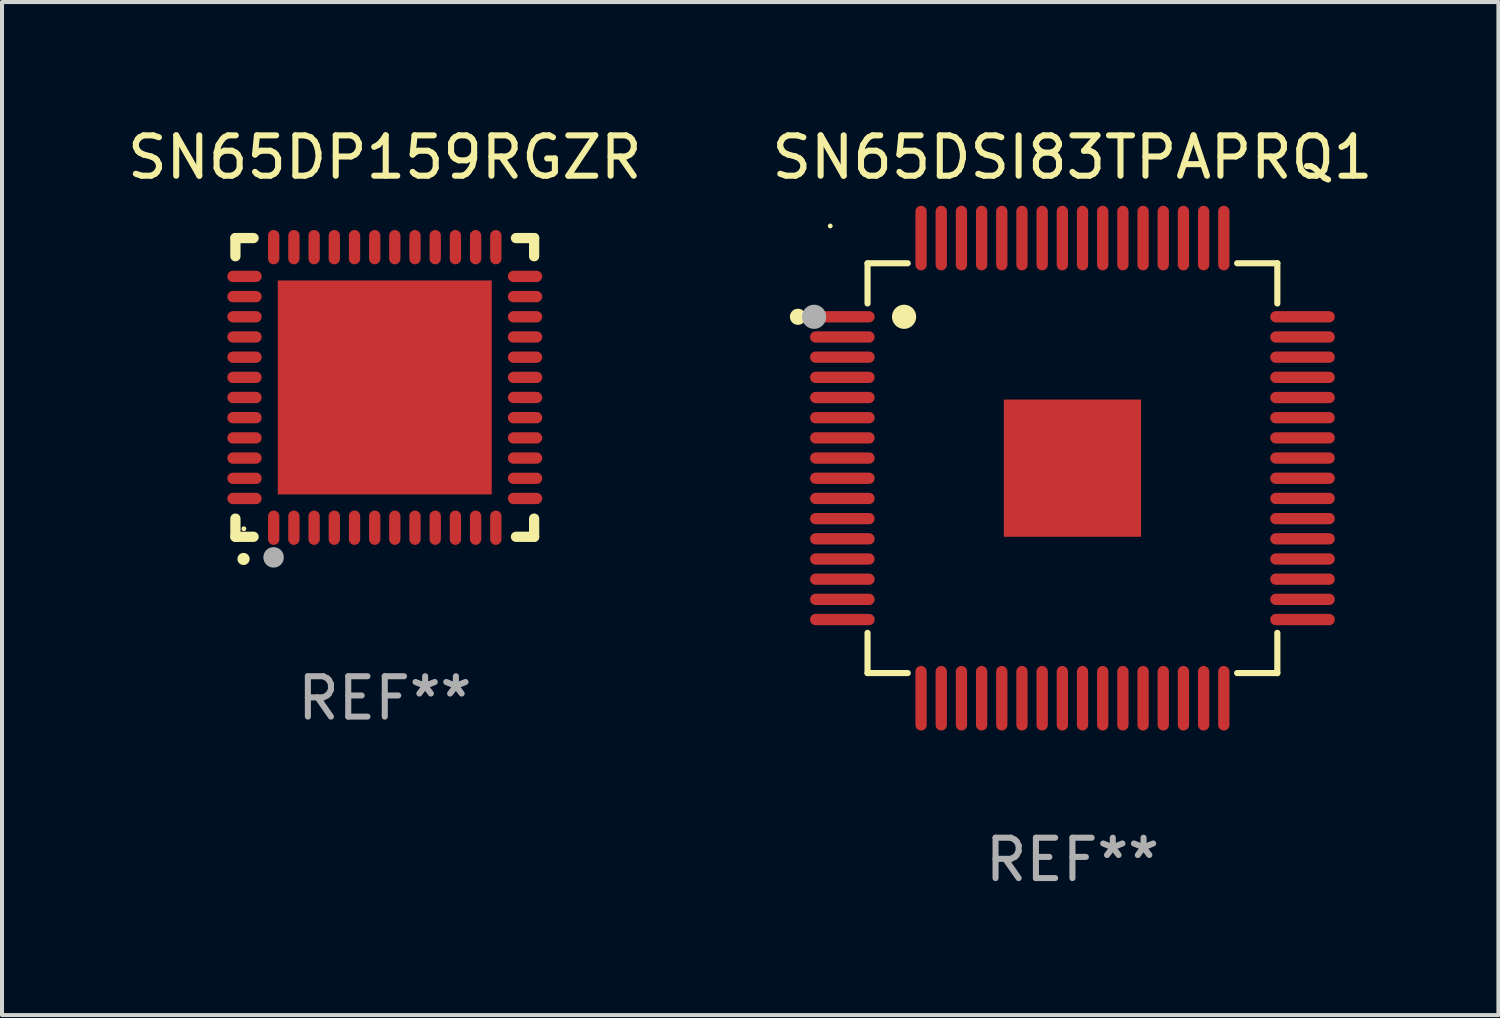
<source format=kicad_pcb>
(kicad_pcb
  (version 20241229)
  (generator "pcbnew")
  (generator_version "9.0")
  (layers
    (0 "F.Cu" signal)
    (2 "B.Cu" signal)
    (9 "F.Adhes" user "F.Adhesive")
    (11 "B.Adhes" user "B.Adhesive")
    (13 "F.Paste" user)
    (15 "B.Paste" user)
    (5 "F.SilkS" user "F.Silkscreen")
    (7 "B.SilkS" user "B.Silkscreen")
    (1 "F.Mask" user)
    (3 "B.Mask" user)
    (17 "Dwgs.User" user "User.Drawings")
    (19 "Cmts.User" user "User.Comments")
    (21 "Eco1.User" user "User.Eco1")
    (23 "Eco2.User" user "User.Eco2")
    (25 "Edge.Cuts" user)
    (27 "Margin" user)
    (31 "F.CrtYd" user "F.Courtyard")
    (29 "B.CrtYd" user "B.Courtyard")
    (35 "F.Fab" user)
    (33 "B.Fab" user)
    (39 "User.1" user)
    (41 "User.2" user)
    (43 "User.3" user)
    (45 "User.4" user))
  (footprint "SN65DP159RGZR"
    (layer "F.Cu")
    (at 6.482 6.548)
    (property "Reference" "SN65DP159RGZR" (at 0 -5.7 0) (layer "F.SilkS") (effects (font (size 1 1) (thickness 0.15))))
    (attr through_hole)
    (fp_line (start -3.7 -3.7) (end -3.25 -3.7) (stroke (width 0.254) (type solid)) (layer "F.SilkS"))
    (fp_line (start -3.7 -3.25) (end -3.7 -3.7) (stroke (width 0.254) (type solid)) (layer "F.SilkS"))
    (fp_line (start -3.7 3.7) (end -3.7 3.25) (stroke (width 0.254) (type solid)) (layer "F.SilkS"))
    (fp_line (start -3.25 3.7) (end -3.7 3.7) (stroke (width 0.254) (type solid)) (layer "F.SilkS"))
    (fp_line (start 3.25 3.7) (end 3.7 3.7) (stroke (width 0.254) (type solid)) (layer "F.SilkS"))
    (fp_line (start 3.7 -3.7) (end 3.25 -3.7) (stroke (width 0.254) (type solid)) (layer "F.SilkS"))
    (fp_line (start 3.7 -3.25) (end 3.7 -3.7) (stroke (width 0.254) (type solid)) (layer "F.SilkS"))
    (fp_line (start 3.7 3.7) (end 3.7 3.25) (stroke (width 0.254) (type solid)) (layer "F.SilkS"))
    (fp_arc (start -3.500127 4.249428) (mid -3.498857 4.249423) (end -3.497587 4.249428) (stroke (width 0.3) (type solid)) (layer "F.SilkS"))
    (fp_circle (center -3.491 3.501) (end -3.461 3.501) (stroke (width 0.06) (type solid)) (fill no) (layer "F.SilkS"))
    (fp_circle (center -2.754 4.21) (end -2.627 4.21) (stroke (width 0.254) (type solid)) (fill no) (layer "F.Fab"))
    (fp_text user "REF**" (at 0 7.7 0) (layer "F.Fab") (effects (font (size 1 1) (thickness 0.15))))
    (pad "1" smd oval (at -2.751 3.475) (size 0.28 0.85) (layers "F.Cu" "F.Mask" "F.Paste"))
    (pad "2" smd oval (at -2.251 3.475) (size 0.28 0.85) (layers "F.Cu" "F.Mask" "F.Paste"))
    (pad "3" smd oval (at -1.75 3.475) (size 0.28 0.85) (layers "F.Cu" "F.Mask" "F.Paste"))
    (pad "4" smd oval (at -1.25 3.475) (size 0.28 0.85) (layers "F.Cu" "F.Mask" "F.Paste"))
    (pad "5" smd oval (at -0.749 3.475) (size 0.28 0.85) (layers "F.Cu" "F.Mask" "F.Paste"))
    (pad "6" smd oval (at -0.249 3.475) (size 0.28 0.85) (layers "F.Cu" "F.Mask" "F.Paste"))
    (pad "7" smd oval (at 0.249 3.475) (size 0.28 0.85) (layers "F.Cu" "F.Mask" "F.Paste"))
    (pad "8" smd oval (at 0.749 3.475) (size 0.28 0.85) (layers "F.Cu" "F.Mask" "F.Paste"))
    (pad "9" smd oval (at 1.25 3.475) (size 0.28 0.85) (layers "F.Cu" "F.Mask" "F.Paste"))
    (pad "10" smd oval (at 1.75 3.475) (size 0.28 0.85) (layers "F.Cu" "F.Mask" "F.Paste"))
    (pad "11" smd oval (at 2.25 3.475) (size 0.28 0.85) (layers "F.Cu" "F.Mask" "F.Paste"))
    (pad "12" smd oval (at 2.751 3.475) (size 0.28 0.85) (layers "F.Cu" "F.Mask" "F.Paste"))
    (pad "13" smd oval (at 3.475 2.751) (size 0.85 0.28) (layers "F.Cu" "F.Mask" "F.Paste"))
    (pad "14" smd oval (at 3.475 2.251) (size 0.85 0.28) (layers "F.Cu" "F.Mask" "F.Paste"))
    (pad "15" smd oval (at 3.475 1.75) (size 0.85 0.28) (layers "F.Cu" "F.Mask" "F.Paste"))
    (pad "16" smd oval (at 3.475 1.25) (size 0.85 0.28) (layers "F.Cu" "F.Mask" "F.Paste"))
    (pad "17" smd oval (at 3.475 0.749) (size 0.85 0.28) (layers "F.Cu" "F.Mask" "F.Paste"))
    (pad "18" smd oval (at 3.475 0.249) (size 0.85 0.28) (layers "F.Cu" "F.Mask" "F.Paste"))
    (pad "19" smd oval (at 3.475 -0.249) (size 0.85 0.28) (layers "F.Cu" "F.Mask" "F.Paste"))
    (pad "20" smd oval (at 3.475 -0.749) (size 0.85 0.28) (layers "F.Cu" "F.Mask" "F.Paste"))
    (pad "21" smd oval (at 3.475 -1.25) (size 0.85 0.28) (layers "F.Cu" "F.Mask" "F.Paste"))
    (pad "22" smd oval (at 3.475 -1.75) (size 0.85 0.28) (layers "F.Cu" "F.Mask" "F.Paste"))
    (pad "23" smd oval (at 3.475 -2.25) (size 0.85 0.28) (layers "F.Cu" "F.Mask" "F.Paste"))
    (pad "24" smd oval (at 3.475 -2.751) (size 0.85 0.28) (layers "F.Cu" "F.Mask" "F.Paste"))
    (pad "25" smd oval (at 2.751 -3.475) (size 0.28 0.85) (layers "F.Cu" "F.Mask" "F.Paste"))
    (pad "26" smd oval (at 2.25 -3.475) (size 0.28 0.85) (layers "F.Cu" "F.Mask" "F.Paste"))
    (pad "27" smd oval (at 1.75 -3.475) (size 0.28 0.85) (layers "F.Cu" "F.Mask" "F.Paste"))
    (pad "28" smd oval (at 1.25 -3.475) (size 0.28 0.85) (layers "F.Cu" "F.Mask" "F.Paste"))
    (pad "29" smd oval (at 0.749 -3.475) (size 0.28 0.85) (layers "F.Cu" "F.Mask" "F.Paste"))
    (pad "30" smd oval (at 0.249 -3.475) (size 0.28 0.85) (layers "F.Cu" "F.Mask" "F.Paste"))
    (pad "31" smd oval (at -0.249 -3.475) (size 0.28 0.85) (layers "F.Cu" "F.Mask" "F.Paste"))
    (pad "32" smd oval (at -0.749 -3.475) (size 0.28 0.85) (layers "F.Cu" "F.Mask" "F.Paste"))
    (pad "33" smd oval (at -1.25 -3.475) (size 0.28 0.85) (layers "F.Cu" "F.Mask" "F.Paste"))
    (pad "34" smd oval (at -1.75 -3.475) (size 0.28 0.85) (layers "F.Cu" "F.Mask" "F.Paste"))
    (pad "35" smd oval (at -2.251 -3.475) (size 0.28 0.85) (layers "F.Cu" "F.Mask" "F.Paste"))
    (pad "36" smd oval (at -2.751 -3.475) (size 0.28 0.85) (layers "F.Cu" "F.Mask" "F.Paste"))
    (pad "37" smd oval (at -3.475 -2.751) (size 0.85 0.28) (layers "F.Cu" "F.Mask" "F.Paste"))
    (pad "38" smd oval (at -3.475 -2.25) (size 0.85 0.28) (layers "F.Cu" "F.Mask" "F.Paste"))
    (pad "39" smd oval (at -3.475 -1.75) (size 0.85 0.28) (layers "F.Cu" "F.Mask" "F.Paste"))
    (pad "40" smd oval (at -3.475 -1.25) (size 0.85 0.28) (layers "F.Cu" "F.Mask" "F.Paste"))
    (pad "41" smd oval (at -3.475 -0.749) (size 0.85 0.28) (layers "F.Cu" "F.Mask" "F.Paste"))
    (pad "42" smd oval (at -3.475 -0.249) (size 0.85 0.28) (layers "F.Cu" "F.Mask" "F.Paste"))
    (pad "43" smd oval (at -3.475 0.249) (size 0.85 0.28) (layers "F.Cu" "F.Mask" "F.Paste"))
    (pad "44" smd oval (at -3.475 0.749) (size 0.85 0.28) (layers "F.Cu" "F.Mask" "F.Paste"))
    (pad "45" smd oval (at -3.475 1.25) (size 0.85 0.28) (layers "F.Cu" "F.Mask" "F.Paste"))
    (pad "46" smd oval (at -3.475 1.75) (size 0.85 0.28) (layers "F.Cu" "F.Mask" "F.Paste"))
    (pad "47" smd oval (at -3.475 2.251) (size 0.85 0.28) (layers "F.Cu" "F.Mask" "F.Paste"))
    (pad "48" smd oval (at -3.475 2.751) (size 0.85 0.28) (layers "F.Cu" "F.Mask" "F.Paste"))
    (pad "49" smd rect (at -0.000102 0.000102) (size 5.3 5.3) (layers "F.Cu" "F.Mask" "F.Paste")))
  (footprint "SN65DSI83TPAPRQ1"
    (layer "F.Cu")
    (at 23.518 8.548)
    (property "Reference" "SN65DSI83TPAPRQ1" (at 0 -7.7 0) (layer "F.SilkS") (effects (font (size 1 1) (thickness 0.15))))
    (attr through_hole)
    (fp_line (start -5.076 -5.076) (end -5.076 -4.08) (stroke (width 0.152) (type solid)) (layer "F.SilkS"))
    (fp_line (start -5.076 5.076) (end -5.076 4.08) (stroke (width 0.152) (type solid)) (layer "F.SilkS"))
    (fp_line (start -4.08 -5.076) (end -5.076 -5.076) (stroke (width 0.152) (type solid)) (layer "F.SilkS"))
    (fp_line (start -4.08 5.076) (end -5.076 5.076) (stroke (width 0.152) (type solid)) (layer "F.SilkS"))
    (fp_line (start 4.08 -5.076) (end 5.076 -5.076) (stroke (width 0.152) (type solid)) (layer "F.SilkS"))
    (fp_line (start 4.08 5.076) (end 5.076 5.076) (stroke (width 0.152) (type solid)) (layer "F.SilkS"))
    (fp_line (start 5.076 -5.076) (end 5.076 -4.08) (stroke (width 0.152) (type solid)) (layer "F.SilkS"))
    (fp_line (start 5.076 5.076) (end 5.076 4.08) (stroke (width 0.152) (type solid)) (layer "F.SilkS"))
    (fp_circle (center -6.8 -3.75) (end -6.7 -3.75) (stroke (width 0.2) (type solid)) (fill no) (layer "F.SilkS"))
    (fp_circle (center -6 -6) (end -5.97 -6) (stroke (width 0.06) (type solid)) (fill no) (layer "F.SilkS"))
    (fp_circle (center -4.171 -3.75) (end -4.021 -3.75) (stroke (width 0.3) (type solid)) (fill no) (layer "F.SilkS"))
    (fp_circle (center -6.4 -3.75) (end -6.25 -3.75) (stroke (width 0.3) (type solid)) (fill no) (layer "F.Fab"))
    (fp_text user "REF**" (at 0 9.7 0) (layer "F.Fab") (effects (font (size 1 1) (thickness 0.15))))
    (pad "1" smd oval (at -5.7 -3.75 270) (size 0.28 1.6) (layers "F.Cu" "F.Mask" "F.Paste"))
    (pad "2" smd oval (at -5.7 -3.25 270) (size 0.28 1.6) (layers "F.Cu" "F.Mask" "F.Paste"))
    (pad "3" smd oval (at -5.7 -2.75 270) (size 0.28 1.6) (layers "F.Cu" "F.Mask" "F.Paste"))
    (pad "4" smd oval (at -5.7 -2.25 270) (size 0.28 1.6) (layers "F.Cu" "F.Mask" "F.Paste"))
    (pad "5" smd oval (at -5.7 -1.75 270) (size 0.28 1.6) (layers "F.Cu" "F.Mask" "F.Paste"))
    (pad "6" smd oval (at -5.7 -1.25 270) (size 0.28 1.6) (layers "F.Cu" "F.Mask" "F.Paste"))
    (pad "7" smd oval (at -5.7 -0.75 270) (size 0.28 1.6) (layers "F.Cu" "F.Mask" "F.Paste"))
    (pad "8" smd oval (at -5.7 -0.25 270) (size 0.28 1.6) (layers "F.Cu" "F.Mask" "F.Paste"))
    (pad "9" smd oval (at -5.7 0.25 270) (size 0.28 1.6) (layers "F.Cu" "F.Mask" "F.Paste"))
    (pad "10" smd oval (at -5.7 0.75 270) (size 0.28 1.6) (layers "F.Cu" "F.Mask" "F.Paste"))
    (pad "11" smd oval (at -5.7 1.25 270) (size 0.28 1.6) (layers "F.Cu" "F.Mask" "F.Paste"))
    (pad "12" smd oval (at -5.7 1.75 270) (size 0.28 1.6) (layers "F.Cu" "F.Mask" "F.Paste"))
    (pad "13" smd oval (at -5.7 2.25 270) (size 0.28 1.6) (layers "F.Cu" "F.Mask" "F.Paste"))
    (pad "14" smd oval (at -5.7 2.75 270) (size 0.28 1.6) (layers "F.Cu" "F.Mask" "F.Paste"))
    (pad "15" smd oval (at -5.7 3.25 270) (size 0.28 1.6) (layers "F.Cu" "F.Mask" "F.Paste"))
    (pad "16" smd oval (at -5.7 3.75 270) (size 0.28 1.6) (layers "F.Cu" "F.Mask" "F.Paste"))
    (pad "17" smd oval (at -3.75 5.7 270) (size 1.6 0.28) (layers "F.Cu" "F.Mask" "F.Paste"))
    (pad "18" smd oval (at -3.25 5.7 270) (size 1.6 0.28) (layers "F.Cu" "F.Mask" "F.Paste"))
    (pad "19" smd oval (at -2.75 5.7 270) (size 1.6 0.28) (layers "F.Cu" "F.Mask" "F.Paste"))
    (pad "20" smd oval (at -2.25 5.7 270) (size 1.6 0.28) (layers "F.Cu" "F.Mask" "F.Paste"))
    (pad "21" smd oval (at -1.75 5.7 270) (size 1.6 0.28) (layers "F.Cu" "F.Mask" "F.Paste"))
    (pad "22" smd oval (at -1.25 5.7 270) (size 1.6 0.28) (layers "F.Cu" "F.Mask" "F.Paste"))
    (pad "23" smd oval (at -0.75 5.7 270) (size 1.6 0.28) (layers "F.Cu" "F.Mask" "F.Paste"))
    (pad "24" smd oval (at -0.25 5.7 270) (size 1.6 0.28) (layers "F.Cu" "F.Mask" "F.Paste"))
    (pad "25" smd oval (at 0.25 5.7 270) (size 1.6 0.28) (layers "F.Cu" "F.Mask" "F.Paste"))
    (pad "26" smd oval (at 0.75 5.7 270) (size 1.6 0.28) (layers "F.Cu" "F.Mask" "F.Paste"))
    (pad "27" smd oval (at 1.25 5.7 270) (size 1.6 0.28) (layers "F.Cu" "F.Mask" "F.Paste"))
    (pad "28" smd oval (at 1.75 5.7 270) (size 1.6 0.28) (layers "F.Cu" "F.Mask" "F.Paste"))
    (pad "29" smd oval (at 2.25 5.7 270) (size 1.6 0.28) (layers "F.Cu" "F.Mask" "F.Paste"))
    (pad "30" smd oval (at 2.75 5.7 270) (size 1.6 0.28) (layers "F.Cu" "F.Mask" "F.Paste"))
    (pad "31" smd oval (at 3.25 5.7 270) (size 1.6 0.28) (layers "F.Cu" "F.Mask" "F.Paste"))
    (pad "32" smd oval (at 3.75 5.7 270) (size 1.6 0.28) (layers "F.Cu" "F.Mask" "F.Paste"))
    (pad "33" smd oval (at 5.7 3.75 270) (size 0.28 1.6) (layers "F.Cu" "F.Mask" "F.Paste"))
    (pad "34" smd oval (at 5.7 3.25 270) (size 0.28 1.6) (layers "F.Cu" "F.Mask" "F.Paste"))
    (pad "35" smd oval (at 5.7 2.75 270) (size 0.28 1.6) (layers "F.Cu" "F.Mask" "F.Paste"))
    (pad "36" smd oval (at 5.7 2.25 270) (size 0.28 1.6) (layers "F.Cu" "F.Mask" "F.Paste"))
    (pad "37" smd oval (at 5.7 1.75 270) (size 0.28 1.6) (layers "F.Cu" "F.Mask" "F.Paste"))
    (pad "38" smd oval (at 5.7 1.25 270) (size 0.28 1.6) (layers "F.Cu" "F.Mask" "F.Paste"))
    (pad "39" smd oval (at 5.7 0.75 270) (size 0.28 1.6) (layers "F.Cu" "F.Mask" "F.Paste"))
    (pad "40" smd oval (at 5.7 0.25 270) (size 0.28 1.6) (layers "F.Cu" "F.Mask" "F.Paste"))
    (pad "41" smd oval (at 5.7 -0.25 270) (size 0.28 1.6) (layers "F.Cu" "F.Mask" "F.Paste"))
    (pad "42" smd oval (at 5.7 -0.75 270) (size 0.28 1.6) (layers "F.Cu" "F.Mask" "F.Paste"))
    (pad "43" smd oval (at 5.7 -1.25 270) (size 0.28 1.6) (layers "F.Cu" "F.Mask" "F.Paste"))
    (pad "44" smd oval (at 5.7 -1.75 270) (size 0.28 1.6) (layers "F.Cu" "F.Mask" "F.Paste"))
    (pad "45" smd oval (at 5.7 -2.25 270) (size 0.28 1.6) (layers "F.Cu" "F.Mask" "F.Paste"))
    (pad "46" smd oval (at 5.7 -2.75 270) (size 0.28 1.6) (layers "F.Cu" "F.Mask" "F.Paste"))
    (pad "47" smd oval (at 5.7 -3.25 270) (size 0.28 1.6) (layers "F.Cu" "F.Mask" "F.Paste"))
    (pad "48" smd oval (at 5.7 -3.75 270) (size 0.28 1.6) (layers "F.Cu" "F.Mask" "F.Paste"))
    (pad "49" smd oval (at 3.75 -5.7 270) (size 1.6 0.28) (layers "F.Cu" "F.Mask" "F.Paste"))
    (pad "50" smd oval (at 3.25 -5.7 270) (size 1.6 0.28) (layers "F.Cu" "F.Mask" "F.Paste"))
    (pad "51" smd oval (at 2.75 -5.7 270) (size 1.6 0.28) (layers "F.Cu" "F.Mask" "F.Paste"))
    (pad "52" smd oval (at 2.25 -5.7 270) (size 1.6 0.28) (layers "F.Cu" "F.Mask" "F.Paste"))
    (pad "53" smd oval (at 1.75 -5.7 270) (size 1.6 0.28) (layers "F.Cu" "F.Mask" "F.Paste"))
    (pad "54" smd oval (at 1.25 -5.7 270) (size 1.6 0.28) (layers "F.Cu" "F.Mask" "F.Paste"))
    (pad "55" smd oval (at 0.75 -5.7 270) (size 1.6 0.28) (layers "F.Cu" "F.Mask" "F.Paste"))
    (pad "56" smd oval (at 0.25 -5.7 270) (size 1.6 0.28) (layers "F.Cu" "F.Mask" "F.Paste"))
    (pad "57" smd oval (at -0.25 -5.7 270) (size 1.6 0.28) (layers "F.Cu" "F.Mask" "F.Paste"))
    (pad "58" smd oval (at -0.75 -5.7 270) (size 1.6 0.28) (layers "F.Cu" "F.Mask" "F.Paste"))
    (pad "59" smd oval (at -1.25 -5.7 270) (size 1.6 0.28) (layers "F.Cu" "F.Mask" "F.Paste"))
    (pad "60" smd oval (at -1.75 -5.7 270) (size 1.6 0.28) (layers "F.Cu" "F.Mask" "F.Paste"))
    (pad "61" smd oval (at -2.25 -5.7 270) (size 1.6 0.28) (layers "F.Cu" "F.Mask" "F.Paste"))
    (pad "62" smd oval (at -2.75 -5.7 270) (size 1.6 0.28) (layers "F.Cu" "F.Mask" "F.Paste"))
    (pad "63" smd oval (at -3.25 -5.7 270) (size 1.6 0.28) (layers "F.Cu" "F.Mask" "F.Paste"))
    (pad "64" smd oval (at -3.75 -5.7 270) (size 1.6 0.28) (layers "F.Cu" "F.Mask" "F.Paste"))
    (pad "65" smd rect (at 0 0 270) (size 3.4 3.4) (layers "F.Cu" "F.Mask" "F.Paste")))
  (gr_rect
    (start -3 -3)
    (end 34.071 22.097)
    (stroke (width 0.1) (type default))
    (fill no)
    (layer "Edge.Cuts")))
</source>
